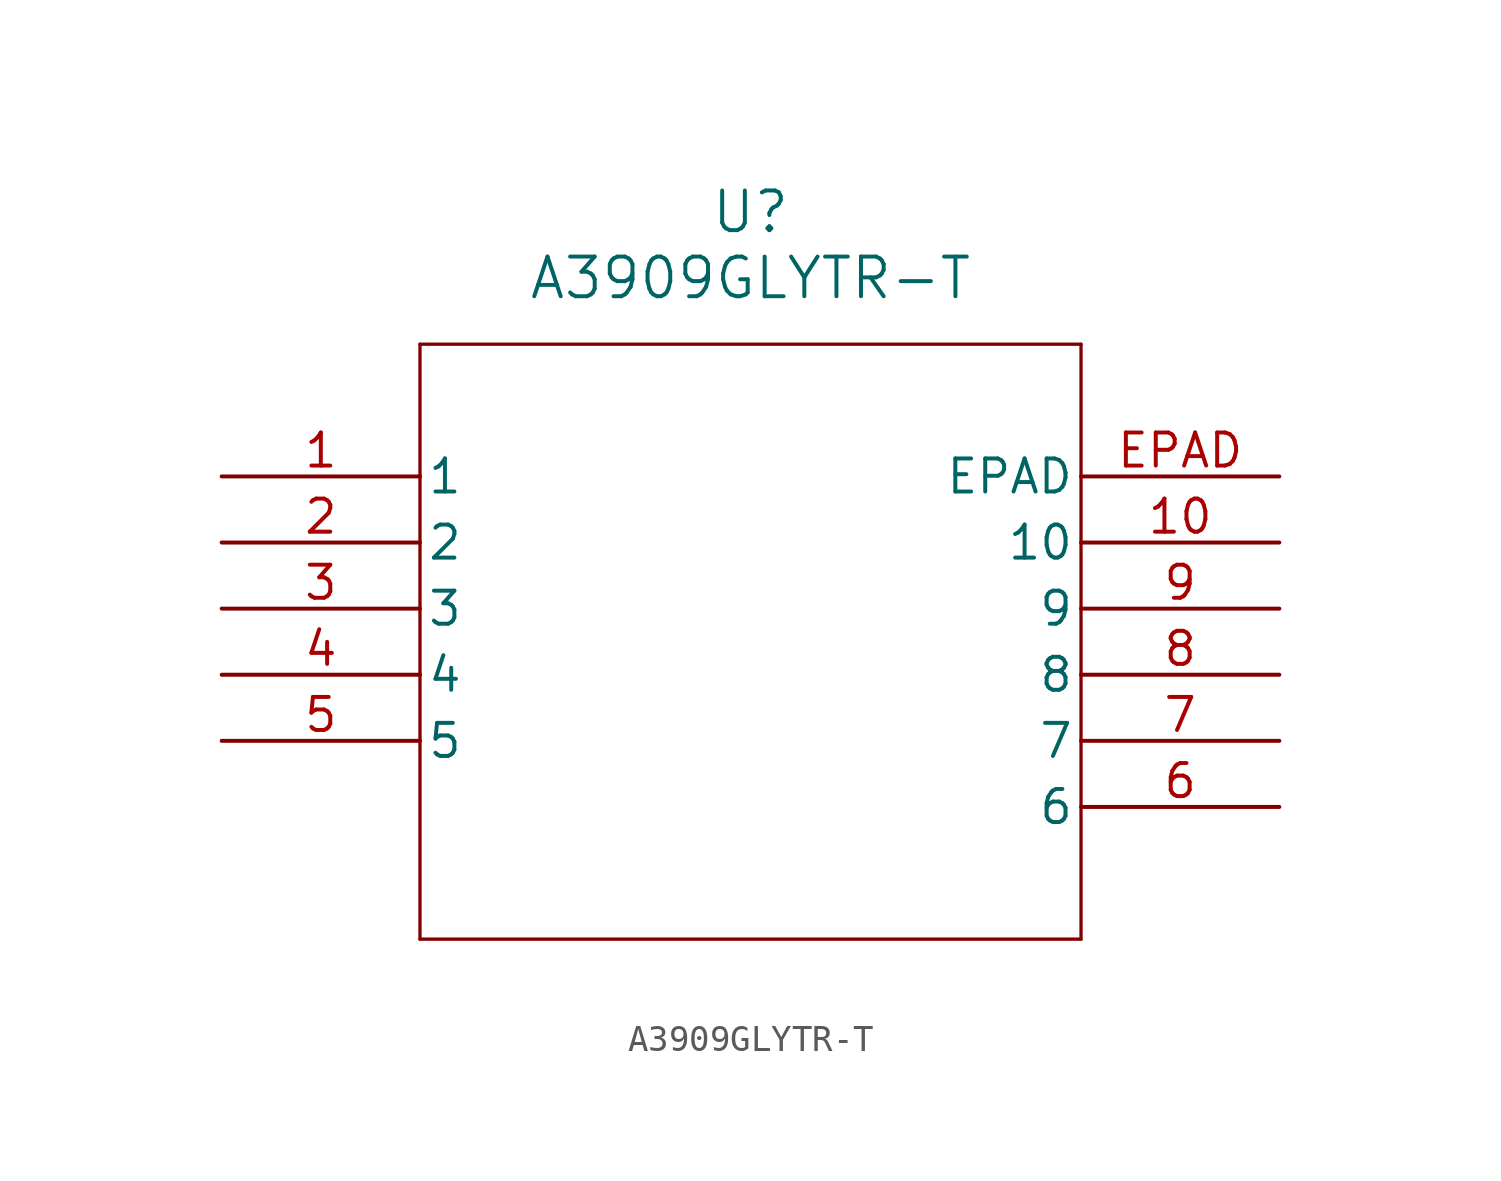
<source format=kicad_sym>
(kicad_symbol_lib
  (version 20211014)
  (generator kicad_symbol_editor)
  (symbol "A3909GLYTR-T"
    (pin_names
      (offset 0.254))
    (property "Reference" "U"
      (at 20.32 10.16 0)
      (effects (font (size 1.524 1.524))))
    (property "Value" "A3909GLYTR-T"
      (at 20.32 7.62 0)
      (effects (font (size 1.524 1.524))))
    (symbol "A3909GLYTR-T_0_1"
      (polyline (pts (xy 7.62 5.08) (xy 7.62 -17.78)) (stroke (width 0.127) (type default) (color 0 0 0 0)) (fill (type none)))
      (polyline (pts (xy 7.62 -17.78) (xy 33.02 -17.78)) (stroke (width 0.127) (type default) (color 0 0 0 0)) (fill (type none)))
      (polyline (pts (xy 33.02 -17.78) (xy 33.02 5.08)) (stroke (width 0.127) (type default) (color 0 0 0 0)) (fill (type none)))
      (polyline (pts (xy 33.02 5.08) (xy 7.62 5.08)) (stroke (width 0.127) (type default) (color 0 0 0 0)) (fill (type none)))
      (pin unspecified line (at 0 0 0) (length 7.62) (name "1" (effects (font (size 1.27 1.27)))) (number "1" (effects (font (size 1.27 1.27)))))
      (pin unspecified line (at 0 -2.54 0) (length 7.62) (name "2" (effects (font (size 1.27 1.27)))) (number "2" (effects (font (size 1.27 1.27)))))
      (pin unspecified line (at 0 -5.08 0) (length 7.62) (name "3" (effects (font (size 1.27 1.27)))) (number "3" (effects (font (size 1.27 1.27)))))
      (pin unspecified line (at 0 -7.62 0) (length 7.62) (name "4" (effects (font (size 1.27 1.27)))) (number "4" (effects (font (size 1.27 1.27)))))
      (pin unspecified line (at 0 -10.16 0) (length 7.62) (name "5" (effects (font (size 1.27 1.27)))) (number "5" (effects (font (size 1.27 1.27)))))
      (pin unspecified line (at 40.64 -12.7 180) (length 7.62) (name "6" (effects (font (size 1.27 1.27)))) (number "6" (effects (font (size 1.27 1.27)))))
      (pin unspecified line (at 40.64 -10.16 180) (length 7.62) (name "7" (effects (font (size 1.27 1.27)))) (number "7" (effects (font (size 1.27 1.27)))))
      (pin unspecified line (at 40.64 -7.62 180) (length 7.62) (name "8" (effects (font (size 1.27 1.27)))) (number "8" (effects (font (size 1.27 1.27)))))
      (pin unspecified line (at 40.64 -5.08 180) (length 7.62) (name "9" (effects (font (size 1.27 1.27)))) (number "9" (effects (font (size 1.27 1.27)))))
      (pin unspecified line (at 40.64 -2.54 180) (length 7.62) (name "10" (effects (font (size 1.27 1.27)))) (number "10" (effects (font (size 1.27 1.27)))))
      (pin unspecified line (at 40.64 0 180) (length 7.62) (name "EPAD" (effects (font (size 1.27 1.27)))) (number "EPAD" (effects (font (size 1.27 1.27))))))))
</source>
